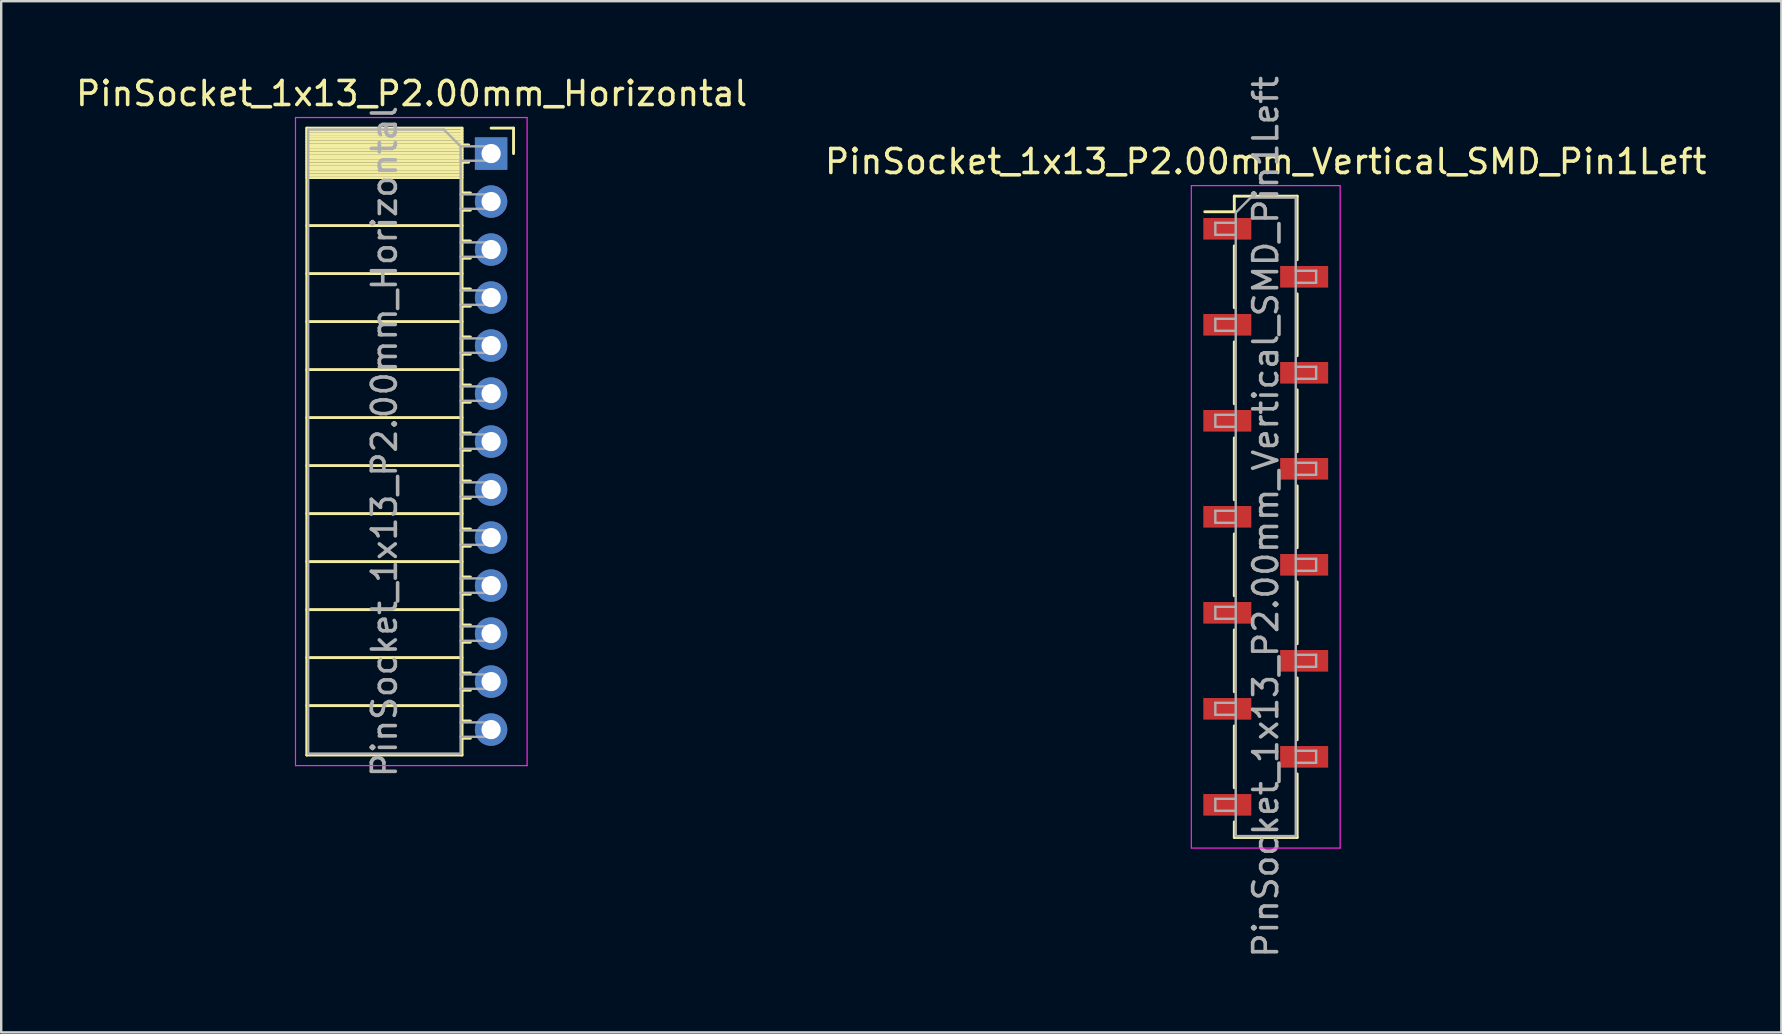
<source format=kicad_pcb>
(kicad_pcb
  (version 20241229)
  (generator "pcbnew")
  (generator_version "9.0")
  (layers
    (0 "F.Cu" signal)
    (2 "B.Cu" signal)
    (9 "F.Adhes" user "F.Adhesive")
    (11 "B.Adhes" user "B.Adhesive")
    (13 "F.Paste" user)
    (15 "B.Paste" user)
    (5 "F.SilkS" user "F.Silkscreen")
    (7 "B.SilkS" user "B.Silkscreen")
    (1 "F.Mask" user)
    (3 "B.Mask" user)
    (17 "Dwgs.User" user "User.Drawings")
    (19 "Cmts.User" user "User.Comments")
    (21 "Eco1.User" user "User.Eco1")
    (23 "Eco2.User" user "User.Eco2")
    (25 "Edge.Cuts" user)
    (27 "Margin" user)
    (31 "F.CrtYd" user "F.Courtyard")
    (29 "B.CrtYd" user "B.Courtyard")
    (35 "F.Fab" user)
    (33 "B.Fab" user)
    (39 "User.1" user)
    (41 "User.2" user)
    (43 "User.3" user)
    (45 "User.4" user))
  (footprint "PinSocket_1x13_P2.00mm_Vertical_SMD_Pin1Left"
    (layer "F.Cu")
    (at 49.685 18.482)
    (property "Reference" "PinSocket_1x13_P2.00mm_Vertical_SMD_Pin1Left" (at 0 -14.8 0) (layer "F.SilkS") (effects (font (size 1 1) (thickness 0.15))))
    (attr smd)
    (fp_line (start -2.54 -12.71) (end -1.31 -12.71) (stroke (width 0.12) (type solid)) (layer "F.SilkS"))
    (fp_line (start -1.31 -13.36) (end -1.31 -12.71) (stroke (width 0.12) (type solid)) (layer "F.SilkS"))
    (fp_line (start -1.31 -13.36) (end 1.31 -13.36) (stroke (width 0.12) (type solid)) (layer "F.SilkS"))
    (fp_line (start -1.31 -11.29) (end -1.31 -8.71) (stroke (width 0.12) (type solid)) (layer "F.SilkS"))
    (fp_line (start -1.31 -7.29) (end -1.31 -4.71) (stroke (width 0.12) (type solid)) (layer "F.SilkS"))
    (fp_line (start -1.31 -3.29) (end -1.31 -0.71) (stroke (width 0.12) (type solid)) (layer "F.SilkS"))
    (fp_line (start -1.31 0.71) (end -1.31 3.29) (stroke (width 0.12) (type solid)) (layer "F.SilkS"))
    (fp_line (start -1.31 4.71) (end -1.31 7.29) (stroke (width 0.12) (type solid)) (layer "F.SilkS"))
    (fp_line (start -1.31 8.71) (end -1.31 11.29) (stroke (width 0.12) (type solid)) (layer "F.SilkS"))
    (fp_line (start -1.31 12.71) (end -1.31 13.36) (stroke (width 0.12) (type solid)) (layer "F.SilkS"))
    (fp_line (start -1.31 13.36) (end 1.31 13.36) (stroke (width 0.12) (type solid)) (layer "F.SilkS"))
    (fp_line (start 1.31 -13.36) (end 1.31 -10.71) (stroke (width 0.12) (type solid)) (layer "F.SilkS"))
    (fp_line (start 1.31 -9.29) (end 1.31 -6.71) (stroke (width 0.12) (type solid)) (layer "F.SilkS"))
    (fp_line (start 1.31 -5.29) (end 1.31 -2.71) (stroke (width 0.12) (type solid)) (layer "F.SilkS"))
    (fp_line (start 1.31 -1.29) (end 1.31 1.29) (stroke (width 0.12) (type solid)) (layer "F.SilkS"))
    (fp_line (start 1.31 2.71) (end 1.31 5.29) (stroke (width 0.12) (type solid)) (layer "F.SilkS"))
    (fp_line (start 1.31 6.71) (end 1.31 9.29) (stroke (width 0.12) (type solid)) (layer "F.SilkS"))
    (fp_line (start 1.31 10.71) (end 1.31 13.36) (stroke (width 0.12) (type solid)) (layer "F.SilkS"))
    (fp_line (start -3.1 -13.8) (end 3.1 -13.8) (stroke (width 0.05) (type solid)) (layer "F.CrtYd"))
    (fp_line (start -3.1 13.8) (end -3.1 -13.8) (stroke (width 0.05) (type solid)) (layer "F.CrtYd"))
    (fp_line (start 3.1 -13.8) (end 3.1 13.8) (stroke (width 0.05) (type solid)) (layer "F.CrtYd"))
    (fp_line (start 3.1 13.8) (end -3.1 13.8) (stroke (width 0.05) (type solid)) (layer "F.CrtYd"))
    (fp_line (start -2.1 -12.25) (end -1.25 -12.25) (stroke (width 0.1) (type solid)) (layer "F.Fab"))
    (fp_line (start -2.1 -11.75) (end -2.1 -12.25) (stroke (width 0.1) (type solid)) (layer "F.Fab"))
    (fp_line (start -2.1 -8.25) (end -1.25 -8.25) (stroke (width 0.1) (type solid)) (layer "F.Fab"))
    (fp_line (start -2.1 -7.75) (end -2.1 -8.25) (stroke (width 0.1) (type solid)) (layer "F.Fab"))
    (fp_line (start -2.1 -4.25) (end -1.25 -4.25) (stroke (width 0.1) (type solid)) (layer "F.Fab"))
    (fp_line (start -2.1 -3.75) (end -2.1 -4.25) (stroke (width 0.1) (type solid)) (layer "F.Fab"))
    (fp_line (start -2.1 -0.25) (end -1.25 -0.25) (stroke (width 0.1) (type solid)) (layer "F.Fab"))
    (fp_line (start -2.1 0.25) (end -2.1 -0.25) (stroke (width 0.1) (type solid)) (layer "F.Fab"))
    (fp_line (start -2.1 3.75) (end -1.25 3.75) (stroke (width 0.1) (type solid)) (layer "F.Fab"))
    (fp_line (start -2.1 4.25) (end -2.1 3.75) (stroke (width 0.1) (type solid)) (layer "F.Fab"))
    (fp_line (start -2.1 7.75) (end -1.25 7.75) (stroke (width 0.1) (type solid)) (layer "F.Fab"))
    (fp_line (start -2.1 8.25) (end -2.1 7.75) (stroke (width 0.1) (type solid)) (layer "F.Fab"))
    (fp_line (start -2.1 11.75) (end -1.25 11.75) (stroke (width 0.1) (type solid)) (layer "F.Fab"))
    (fp_line (start -2.1 12.25) (end -2.1 11.75) (stroke (width 0.1) (type solid)) (layer "F.Fab"))
    (fp_line (start -1.25 -12.675) (end -0.625 -13.3) (stroke (width 0.1) (type solid)) (layer "F.Fab"))
    (fp_line (start -1.25 -11.75) (end -2.1 -11.75) (stroke (width 0.1) (type solid)) (layer "F.Fab"))
    (fp_line (start -1.25 -7.75) (end -2.1 -7.75) (stroke (width 0.1) (type solid)) (layer "F.Fab"))
    (fp_line (start -1.25 -3.75) (end -2.1 -3.75) (stroke (width 0.1) (type solid)) (layer "F.Fab"))
    (fp_line (start -1.25 0.25) (end -2.1 0.25) (stroke (width 0.1) (type solid)) (layer "F.Fab"))
    (fp_line (start -1.25 4.25) (end -2.1 4.25) (stroke (width 0.1) (type solid)) (layer "F.Fab"))
    (fp_line (start -1.25 8.25) (end -2.1 8.25) (stroke (width 0.1) (type solid)) (layer "F.Fab"))
    (fp_line (start -1.25 12.25) (end -2.1 12.25) (stroke (width 0.1) (type solid)) (layer "F.Fab"))
    (fp_line (start -1.25 13.3) (end -1.25 -12.675) (stroke (width 0.1) (type solid)) (layer "F.Fab"))
    (fp_line (start -0.625 -13.3) (end 1.25 -13.3) (stroke (width 0.1) (type solid)) (layer "F.Fab"))
    (fp_line (start 1.25 -13.3) (end 1.25 13.3) (stroke (width 0.1) (type solid)) (layer "F.Fab"))
    (fp_line (start 1.25 -10.25) (end 2.1 -10.25) (stroke (width 0.1) (type solid)) (layer "F.Fab"))
    (fp_line (start 1.25 -6.25) (end 2.1 -6.25) (stroke (width 0.1) (type solid)) (layer "F.Fab"))
    (fp_line (start 1.25 -2.25) (end 2.1 -2.25) (stroke (width 0.1) (type solid)) (layer "F.Fab"))
    (fp_line (start 1.25 1.75) (end 2.1 1.75) (stroke (width 0.1) (type solid)) (layer "F.Fab"))
    (fp_line (start 1.25 5.75) (end 2.1 5.75) (stroke (width 0.1) (type solid)) (layer "F.Fab"))
    (fp_line (start 1.25 9.75) (end 2.1 9.75) (stroke (width 0.1) (type solid)) (layer "F.Fab"))
    (fp_line (start 1.25 13.3) (end -1.25 13.3) (stroke (width 0.1) (type solid)) (layer "F.Fab"))
    (fp_line (start 2.1 -10.25) (end 2.1 -9.75) (stroke (width 0.1) (type solid)) (layer "F.Fab"))
    (fp_line (start 2.1 -9.75) (end 1.25 -9.75) (stroke (width 0.1) (type solid)) (layer "F.Fab"))
    (fp_line (start 2.1 -6.25) (end 2.1 -5.75) (stroke (width 0.1) (type solid)) (layer "F.Fab"))
    (fp_line (start 2.1 -5.75) (end 1.25 -5.75) (stroke (width 0.1) (type solid)) (layer "F.Fab"))
    (fp_line (start 2.1 -2.25) (end 2.1 -1.75) (stroke (width 0.1) (type solid)) (layer "F.Fab"))
    (fp_line (start 2.1 -1.75) (end 1.25 -1.75) (stroke (width 0.1) (type solid)) (layer "F.Fab"))
    (fp_line (start 2.1 1.75) (end 2.1 2.25) (stroke (width 0.1) (type solid)) (layer "F.Fab"))
    (fp_line (start 2.1 2.25) (end 1.25 2.25) (stroke (width 0.1) (type solid)) (layer "F.Fab"))
    (fp_line (start 2.1 5.75) (end 2.1 6.25) (stroke (width 0.1) (type solid)) (layer "F.Fab"))
    (fp_line (start 2.1 6.25) (end 1.25 6.25) (stroke (width 0.1) (type solid)) (layer "F.Fab"))
    (fp_line (start 2.1 9.75) (end 2.1 10.25) (stroke (width 0.1) (type solid)) (layer "F.Fab"))
    (fp_line (start 2.1 10.25) (end 1.25 10.25) (stroke (width 0.1) (type solid)) (layer "F.Fab"))
    (fp_text user "${REFERENCE}" (at 0 0 90) (layer "F.Fab") (effects (font (size 1 1) (thickness 0.15))))
    (pad "1" smd rect (at -1.6 -12) (size 2 0.9) (layers "F.Cu" "F.Mask" "F.Paste"))
    (pad "2" smd rect (at 1.6 -10) (size 2 0.9) (layers "F.Cu" "F.Mask" "F.Paste"))
    (pad "3" smd rect (at -1.6 -8) (size 2 0.9) (layers "F.Cu" "F.Mask" "F.Paste"))
    (pad "4" smd rect (at 1.6 -6) (size 2 0.9) (layers "F.Cu" "F.Mask" "F.Paste"))
    (pad "5" smd rect (at -1.6 -4) (size 2 0.9) (layers "F.Cu" "F.Mask" "F.Paste"))
    (pad "6" smd rect (at 1.6 -2) (size 2 0.9) (layers "F.Cu" "F.Mask" "F.Paste"))
    (pad "7" smd rect (at -1.6 0) (size 2 0.9) (layers "F.Cu" "F.Mask" "F.Paste"))
    (pad "8" smd rect (at 1.6 2) (size 2 0.9) (layers "F.Cu" "F.Mask" "F.Paste"))
    (pad "9" smd rect (at -1.6 4) (size 2 0.9) (layers "F.Cu" "F.Mask" "F.Paste"))
    (pad "10" smd rect (at 1.6 6) (size 2 0.9) (layers "F.Cu" "F.Mask" "F.Paste"))
    (pad "11" smd rect (at -1.6 8) (size 2 0.9) (layers "F.Cu" "F.Mask" "F.Paste"))
    (pad "12" smd rect (at 1.6 10) (size 2 0.9) (layers "F.Cu" "F.Mask" "F.Paste"))
    (pad "13" smd rect (at -1.6 12) (size 2 0.9) (layers "F.Cu" "F.Mask" "F.Paste")))
  (footprint "PinSocket_1x13_P2.00mm_Horizontal"
    (layer "F.Cu")
    (at 17.411 3.348)
    (property "Reference" "PinSocket_1x13_P2.00mm_Horizontal" (at -3.31 -2.5 0) (layer "F.SilkS") (effects (font (size 1 1) (thickness 0.15))))
    (attr through_hole)
    (fp_line (start -7.68 -1.06) (end -7.68 25.06) (stroke (width 0.12) (type solid)) (layer "F.SilkS"))
    (fp_line (start -7.68 -1.06) (end -1.21 -1.06) (stroke (width 0.12) (type solid)) (layer "F.SilkS"))
    (fp_line (start -7.68 -0.94) (end -1.21 -0.94) (stroke (width 0.12) (type solid)) (layer "F.SilkS"))
    (fp_line (start -7.68 -0.826) (end -1.21 -0.826) (stroke (width 0.12) (type solid)) (layer "F.SilkS"))
    (fp_line (start -7.68 -0.712) (end -1.21 -0.712) (stroke (width 0.12) (type solid)) (layer "F.SilkS"))
    (fp_line (start -7.68 -0.598) (end -1.21 -0.598) (stroke (width 0.12) (type solid)) (layer "F.SilkS"))
    (fp_line (start -7.68 -0.484) (end -1.21 -0.484) (stroke (width 0.12) (type solid)) (layer "F.SilkS"))
    (fp_line (start -7.68 -0.369) (end -1.21 -0.369) (stroke (width 0.12) (type solid)) (layer "F.SilkS"))
    (fp_line (start -7.68 -0.255) (end -1.21 -0.255) (stroke (width 0.12) (type solid)) (layer "F.SilkS"))
    (fp_line (start -7.68 -0.141) (end -1.21 -0.141) (stroke (width 0.12) (type solid)) (layer "F.SilkS"))
    (fp_line (start -7.68 -0.027) (end -1.21 -0.027) (stroke (width 0.12) (type solid)) (layer "F.SilkS"))
    (fp_line (start -7.68 0.087) (end -1.21 0.087) (stroke (width 0.12) (type solid)) (layer "F.SilkS"))
    (fp_line (start -7.68 0.201) (end -1.21 0.201) (stroke (width 0.12) (type solid)) (layer "F.SilkS"))
    (fp_line (start -7.68 0.315) (end -1.21 0.315) (stroke (width 0.12) (type solid)) (layer "F.SilkS"))
    (fp_line (start -7.68 0.429) (end -1.21 0.429) (stroke (width 0.12) (type solid)) (layer "F.SilkS"))
    (fp_line (start -7.68 0.544) (end -1.21 0.544) (stroke (width 0.12) (type solid)) (layer "F.SilkS"))
    (fp_line (start -7.68 0.658) (end -1.21 0.658) (stroke (width 0.12) (type solid)) (layer "F.SilkS"))
    (fp_line (start -7.68 0.772) (end -1.21 0.772) (stroke (width 0.12) (type solid)) (layer "F.SilkS"))
    (fp_line (start -7.68 0.886) (end -1.21 0.886) (stroke (width 0.12) (type solid)) (layer "F.SilkS"))
    (fp_line (start -7.68 1) (end -1.21 1) (stroke (width 0.12) (type solid)) (layer "F.SilkS"))
    (fp_line (start -7.68 3) (end -1.21 3) (stroke (width 0.12) (type solid)) (layer "F.SilkS"))
    (fp_line (start -7.68 5) (end -1.21 5) (stroke (width 0.12) (type solid)) (layer "F.SilkS"))
    (fp_line (start -7.68 7) (end -1.21 7) (stroke (width 0.12) (type solid)) (layer "F.SilkS"))
    (fp_line (start -7.68 9) (end -1.21 9) (stroke (width 0.12) (type solid)) (layer "F.SilkS"))
    (fp_line (start -7.68 11) (end -1.21 11) (stroke (width 0.12) (type solid)) (layer "F.SilkS"))
    (fp_line (start -7.68 13) (end -1.21 13) (stroke (width 0.12) (type solid)) (layer "F.SilkS"))
    (fp_line (start -7.68 15) (end -1.21 15) (stroke (width 0.12) (type solid)) (layer "F.SilkS"))
    (fp_line (start -7.68 17) (end -1.21 17) (stroke (width 0.12) (type solid)) (layer "F.SilkS"))
    (fp_line (start -7.68 19) (end -1.21 19) (stroke (width 0.12) (type solid)) (layer "F.SilkS"))
    (fp_line (start -7.68 21) (end -1.21 21) (stroke (width 0.12) (type solid)) (layer "F.SilkS"))
    (fp_line (start -7.68 23) (end -1.21 23) (stroke (width 0.12) (type solid)) (layer "F.SilkS"))
    (fp_line (start -7.68 25.06) (end -1.21 25.06) (stroke (width 0.12) (type solid)) (layer "F.SilkS"))
    (fp_line (start -1.21 -1.06) (end -1.21 25.06) (stroke (width 0.12) (type solid)) (layer "F.SilkS"))
    (fp_line (start -1.21 -0.36) (end -0.935 -0.36) (stroke (width 0.12) (type solid)) (layer "F.SilkS"))
    (fp_line (start -1.21 0.36) (end -0.935 0.36) (stroke (width 0.12) (type solid)) (layer "F.SilkS"))
    (fp_line (start -1.21 1.64) (end -0.863 1.64) (stroke (width 0.12) (type solid)) (layer "F.SilkS"))
    (fp_line (start -1.21 2.36) (end -0.863 2.36) (stroke (width 0.12) (type solid)) (layer "F.SilkS"))
    (fp_line (start -1.21 3.64) (end -0.863 3.64) (stroke (width 0.12) (type solid)) (layer "F.SilkS"))
    (fp_line (start -1.21 4.36) (end -0.863 4.36) (stroke (width 0.12) (type solid)) (layer "F.SilkS"))
    (fp_line (start -1.21 5.64) (end -0.863 5.64) (stroke (width 0.12) (type solid)) (layer "F.SilkS"))
    (fp_line (start -1.21 6.36) (end -0.863 6.36) (stroke (width 0.12) (type solid)) (layer "F.SilkS"))
    (fp_line (start -1.21 7.64) (end -0.863 7.64) (stroke (width 0.12) (type solid)) (layer "F.SilkS"))
    (fp_line (start -1.21 8.36) (end -0.863 8.36) (stroke (width 0.12) (type solid)) (layer "F.SilkS"))
    (fp_line (start -1.21 9.64) (end -0.863 9.64) (stroke (width 0.12) (type solid)) (layer "F.SilkS"))
    (fp_line (start -1.21 10.36) (end -0.863 10.36) (stroke (width 0.12) (type solid)) (layer "F.SilkS"))
    (fp_line (start -1.21 11.64) (end -0.863 11.64) (stroke (width 0.12) (type solid)) (layer "F.SilkS"))
    (fp_line (start -1.21 12.36) (end -0.863 12.36) (stroke (width 0.12) (type solid)) (layer "F.SilkS"))
    (fp_line (start -1.21 13.64) (end -0.863 13.64) (stroke (width 0.12) (type solid)) (layer "F.SilkS"))
    (fp_line (start -1.21 14.36) (end -0.863 14.36) (stroke (width 0.12) (type solid)) (layer "F.SilkS"))
    (fp_line (start -1.21 15.64) (end -0.863 15.64) (stroke (width 0.12) (type solid)) (layer "F.SilkS"))
    (fp_line (start -1.21 16.36) (end -0.863 16.36) (stroke (width 0.12) (type solid)) (layer "F.SilkS"))
    (fp_line (start -1.21 17.64) (end -0.863 17.64) (stroke (width 0.12) (type solid)) (layer "F.SilkS"))
    (fp_line (start -1.21 18.36) (end -0.863 18.36) (stroke (width 0.12) (type solid)) (layer "F.SilkS"))
    (fp_line (start -1.21 19.64) (end -0.863 19.64) (stroke (width 0.12) (type solid)) (layer "F.SilkS"))
    (fp_line (start -1.21 20.36) (end -0.863 20.36) (stroke (width 0.12) (type solid)) (layer "F.SilkS"))
    (fp_line (start -1.21 21.64) (end -0.863 21.64) (stroke (width 0.12) (type solid)) (layer "F.SilkS"))
    (fp_line (start -1.21 22.36) (end -0.863 22.36) (stroke (width 0.12) (type solid)) (layer "F.SilkS"))
    (fp_line (start -1.21 23.64) (end -0.863 23.64) (stroke (width 0.12) (type solid)) (layer "F.SilkS"))
    (fp_line (start -1.21 24.36) (end -0.863 24.36) (stroke (width 0.12) (type solid)) (layer "F.SilkS"))
    (fp_line (start 0 -1.06) (end 0.935 -1.06) (stroke (width 0.12) (type solid)) (layer "F.SilkS"))
    (fp_line (start 0.935 -1.06) (end 0.935 0) (stroke (width 0.12) (type solid)) (layer "F.SilkS"))
    (fp_line (start -8.15 -1.5) (end -8.15 25.5) (stroke (width 0.05) (type solid)) (layer "F.CrtYd"))
    (fp_line (start -8.15 25.5) (end 1.5 25.5) (stroke (width 0.05) (type solid)) (layer "F.CrtYd"))
    (fp_line (start 1.5 -1.5) (end -8.15 -1.5) (stroke (width 0.05) (type solid)) (layer "F.CrtYd"))
    (fp_line (start 1.5 25.5) (end 1.5 -1.5) (stroke (width 0.05) (type solid)) (layer "F.CrtYd"))
    (fp_line (start -7.62 -1) (end -1.97 -1) (stroke (width 0.1) (type solid)) (layer "F.Fab"))
    (fp_line (start -7.62 25) (end -7.62 -1) (stroke (width 0.1) (type solid)) (layer "F.Fab"))
    (fp_line (start -1.97 -1) (end -1.27 -0.3) (stroke (width 0.1) (type solid)) (layer "F.Fab"))
    (fp_line (start -1.27 -0.3) (end -1.27 25) (stroke (width 0.1) (type solid)) (layer "F.Fab"))
    (fp_line (start -1.27 0.3) (end 0 0.3) (stroke (width 0.1) (type solid)) (layer "F.Fab"))
    (fp_line (start -1.27 2.3) (end 0 2.3) (stroke (width 0.1) (type solid)) (layer "F.Fab"))
    (fp_line (start -1.27 4.3) (end 0 4.3) (stroke (width 0.1) (type solid)) (layer "F.Fab"))
    (fp_line (start -1.27 6.3) (end 0 6.3) (stroke (width 0.1) (type solid)) (layer "F.Fab"))
    (fp_line (start -1.27 8.3) (end 0 8.3) (stroke (width 0.1) (type solid)) (layer "F.Fab"))
    (fp_line (start -1.27 10.3) (end 0 10.3) (stroke (width 0.1) (type solid)) (layer "F.Fab"))
    (fp_line (start -1.27 12.3) (end 0 12.3) (stroke (width 0.1) (type solid)) (layer "F.Fab"))
    (fp_line (start -1.27 14.3) (end 0 14.3) (stroke (width 0.1) (type solid)) (layer "F.Fab"))
    (fp_line (start -1.27 16.3) (end 0 16.3) (stroke (width 0.1) (type solid)) (layer "F.Fab"))
    (fp_line (start -1.27 18.3) (end 0 18.3) (stroke (width 0.1) (type solid)) (layer "F.Fab"))
    (fp_line (start -1.27 20.3) (end 0 20.3) (stroke (width 0.1) (type solid)) (layer "F.Fab"))
    (fp_line (start -1.27 22.3) (end 0 22.3) (stroke (width 0.1) (type solid)) (layer "F.Fab"))
    (fp_line (start -1.27 24.3) (end 0 24.3) (stroke (width 0.1) (type solid)) (layer "F.Fab"))
    (fp_line (start -1.27 25) (end -7.62 25) (stroke (width 0.1) (type solid)) (layer "F.Fab"))
    (fp_line (start 0 -0.3) (end -1.27 -0.3) (stroke (width 0.1) (type solid)) (layer "F.Fab"))
    (fp_line (start 0 0.3) (end 0 -0.3) (stroke (width 0.1) (type solid)) (layer "F.Fab"))
    (fp_line (start 0 1.7) (end -1.27 1.7) (stroke (width 0.1) (type solid)) (layer "F.Fab"))
    (fp_line (start 0 2.3) (end 0 1.7) (stroke (width 0.1) (type solid)) (layer "F.Fab"))
    (fp_line (start 0 3.7) (end -1.27 3.7) (stroke (width 0.1) (type solid)) (layer "F.Fab"))
    (fp_line (start 0 4.3) (end 0 3.7) (stroke (width 0.1) (type solid)) (layer "F.Fab"))
    (fp_line (start 0 5.7) (end -1.27 5.7) (stroke (width 0.1) (type solid)) (layer "F.Fab"))
    (fp_line (start 0 6.3) (end 0 5.7) (stroke (width 0.1) (type solid)) (layer "F.Fab"))
    (fp_line (start 0 7.7) (end -1.27 7.7) (stroke (width 0.1) (type solid)) (layer "F.Fab"))
    (fp_line (start 0 8.3) (end 0 7.7) (stroke (width 0.1) (type solid)) (layer "F.Fab"))
    (fp_line (start 0 9.7) (end -1.27 9.7) (stroke (width 0.1) (type solid)) (layer "F.Fab"))
    (fp_line (start 0 10.3) (end 0 9.7) (stroke (width 0.1) (type solid)) (layer "F.Fab"))
    (fp_line (start 0 11.7) (end -1.27 11.7) (stroke (width 0.1) (type solid)) (layer "F.Fab"))
    (fp_line (start 0 12.3) (end 0 11.7) (stroke (width 0.1) (type solid)) (layer "F.Fab"))
    (fp_line (start 0 13.7) (end -1.27 13.7) (stroke (width 0.1) (type solid)) (layer "F.Fab"))
    (fp_line (start 0 14.3) (end 0 13.7) (stroke (width 0.1) (type solid)) (layer "F.Fab"))
    (fp_line (start 0 15.7) (end -1.27 15.7) (stroke (width 0.1) (type solid)) (layer "F.Fab"))
    (fp_line (start 0 16.3) (end 0 15.7) (stroke (width 0.1) (type solid)) (layer "F.Fab"))
    (fp_line (start 0 17.7) (end -1.27 17.7) (stroke (width 0.1) (type solid)) (layer "F.Fab"))
    (fp_line (start 0 18.3) (end 0 17.7) (stroke (width 0.1) (type solid)) (layer "F.Fab"))
    (fp_line (start 0 19.7) (end -1.27 19.7) (stroke (width 0.1) (type solid)) (layer "F.Fab"))
    (fp_line (start 0 20.3) (end 0 19.7) (stroke (width 0.1) (type solid)) (layer "F.Fab"))
    (fp_line (start 0 21.7) (end -1.27 21.7) (stroke (width 0.1) (type solid)) (layer "F.Fab"))
    (fp_line (start 0 22.3) (end 0 21.7) (stroke (width 0.1) (type solid)) (layer "F.Fab"))
    (fp_line (start 0 23.7) (end -1.27 23.7) (stroke (width 0.1) (type solid)) (layer "F.Fab"))
    (fp_line (start 0 24.3) (end 0 23.7) (stroke (width 0.1) (type solid)) (layer "F.Fab"))
    (fp_text user "${REFERENCE}" (at -4.445 12 90) (layer "F.Fab") (effects (font (size 1 1) (thickness 0.15))))
    (pad "1" thru_hole rect (at 0 0) (size 1.35 1.35) (drill 0.8) (layers "*.Cu" "*.Mask"))
    (pad "2" thru_hole oval (at 0 2) (size 1.35 1.35) (drill 0.8) (layers "*.Cu" "*.Mask"))
    (pad "3" thru_hole oval (at 0 4) (size 1.35 1.35) (drill 0.8) (layers "*.Cu" "*.Mask"))
    (pad "4" thru_hole oval (at 0 6) (size 1.35 1.35) (drill 0.8) (layers "*.Cu" "*.Mask"))
    (pad "5" thru_hole oval (at 0 8) (size 1.35 1.35) (drill 0.8) (layers "*.Cu" "*.Mask"))
    (pad "6" thru_hole oval (at 0 10) (size 1.35 1.35) (drill 0.8) (layers "*.Cu" "*.Mask"))
    (pad "7" thru_hole oval (at 0 12) (size 1.35 1.35) (drill 0.8) (layers "*.Cu" "*.Mask"))
    (pad "8" thru_hole oval (at 0 14) (size 1.35 1.35) (drill 0.8) (layers "*.Cu" "*.Mask"))
    (pad "9" thru_hole oval (at 0 16) (size 1.35 1.35) (drill 0.8) (layers "*.Cu" "*.Mask"))
    (pad "10" thru_hole oval (at 0 18) (size 1.35 1.35) (drill 0.8) (layers "*.Cu" "*.Mask"))
    (pad "11" thru_hole oval (at 0 20) (size 1.35 1.35) (drill 0.8) (layers "*.Cu" "*.Mask"))
    (pad "12" thru_hole oval (at 0 22) (size 1.35 1.35) (drill 0.8) (layers "*.Cu" "*.Mask"))
    (pad "13" thru_hole oval (at 0 24) (size 1.35 1.35) (drill 0.8) (layers "*.Cu" "*.Mask")))
  (gr_rect
    (start -3 -3)
    (end 71.167 39.964)
    (stroke (width 0.1) (type default))
    (fill no)
    (layer "Edge.Cuts")))
</source>
